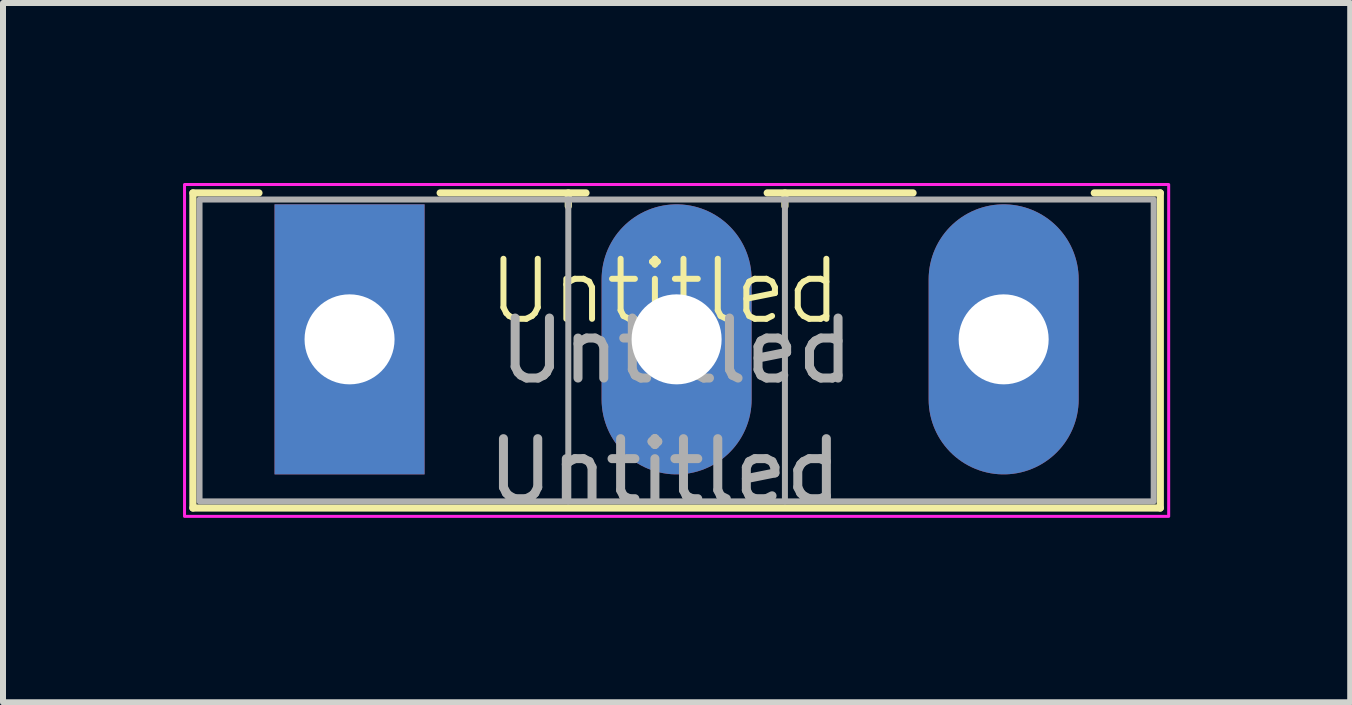
<source format=kicad_pcb>
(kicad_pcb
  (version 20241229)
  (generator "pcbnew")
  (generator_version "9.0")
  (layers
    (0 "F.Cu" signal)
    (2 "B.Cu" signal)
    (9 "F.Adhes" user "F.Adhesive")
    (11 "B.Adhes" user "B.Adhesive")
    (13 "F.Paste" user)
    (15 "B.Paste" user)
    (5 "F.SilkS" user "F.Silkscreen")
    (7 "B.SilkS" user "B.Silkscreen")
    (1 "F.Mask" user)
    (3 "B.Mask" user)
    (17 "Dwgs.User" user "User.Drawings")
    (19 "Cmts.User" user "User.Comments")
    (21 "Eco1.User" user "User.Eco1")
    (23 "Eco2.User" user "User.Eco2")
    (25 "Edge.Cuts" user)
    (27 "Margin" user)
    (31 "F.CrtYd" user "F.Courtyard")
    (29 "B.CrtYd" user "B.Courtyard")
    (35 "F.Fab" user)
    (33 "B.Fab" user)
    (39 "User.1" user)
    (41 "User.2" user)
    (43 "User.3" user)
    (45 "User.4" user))
  (footprint "Untitled"
    (layer "F.Cu")
    (at 8.03 2.305)
    (property "Reference" "Untitled" (at 0 -0.5 0) (unlocked yes) (layer "F.SilkS") (effects (font (size 1 1) (thickness 0.1))))
    (attr through_hole)
    (fp_line (start -7.865 -2.14) (end -6.765 -2.14) (stroke (width 0.12) (type solid)) (layer "F.SilkS"))
    (fp_line (start -7.865 3.11) (end -7.865 -2.14) (stroke (width 0.12) (type solid)) (layer "F.SilkS"))
    (fp_line (start -3.745 -2.14) (end -1.315 -2.14) (stroke (width 0.12) (type solid)) (layer "F.SilkS"))
    (fp_line (start -1.61 -2.14) (end -1.61 -1.92) (stroke (width 0.12) (type solid)) (layer "F.SilkS"))
    (fp_line (start 1.705 -2.14) (end 4.135 -2.14) (stroke (width 0.12) (type solid)) (layer "F.SilkS"))
    (fp_line (start 2 -2.14) (end 2 -1.92) (stroke (width 0.12) (type solid)) (layer "F.SilkS"))
    (fp_line (start 7.155 -2.14) (end 8.255 -2.14) (stroke (width 0.12) (type solid)) (layer "F.SilkS"))
    (fp_line (start 8.255 -2.14) (end 8.255 3.11) (stroke (width 0.12) (type solid)) (layer "F.SilkS"))
    (fp_line (start 8.255 3.11) (end -7.865 3.11) (stroke (width 0.12) (type solid)) (layer "F.SilkS"))
    (fp_rect (start -8.005 -2.28) (end 8.395 3.25) (stroke (width 0.05) (type solid)) (fill no) (layer "F.CrtYd"))
    (fp_line (start -1.61 -2.03) (end -1.61 3) (stroke (width 0.1) (type solid)) (layer "F.Fab"))
    (fp_line (start 2 -2.03) (end 2 3) (stroke (width 0.1) (type solid)) (layer "F.Fab"))
    (fp_rect (start -7.755 -2.03) (end 8.145 3) (stroke (width 0.1) (type solid)) (fill no) (layer "F.Fab"))
    (fp_text user "${REFERENCE}" (at 0 2.5 0) (unlocked yes) (layer "F.Fab") (effects (font (size 1 1) (thickness 0.15))))
    (fp_text user "${REFERENCE}" (at 0.195 0.49 0) (layer "F.Fab") (effects (font (size 1 1) (thickness 0.15))))
    (pad "1" thru_hole rect (at -5.255 0.3) (size 2.5 4.5) (drill 1.5) (layers "*.Cu" "*.Mask"))
    (pad "2" thru_hole oval (at 0.195 0.3) (size 2.5 4.5) (drill 1.5) (layers "*.Cu" "*.Mask"))
    (pad "3" thru_hole oval (at 5.645 0.3) (size 2.5 4.5) (drill 1.5) (layers "*.Cu" "*.Mask")))
  (gr_rect
    (start -3 -3)
    (end 19.45 8.653)
    (stroke (width 0.1) (type default))
    (fill no)
    (layer "Edge.Cuts")))
</source>
